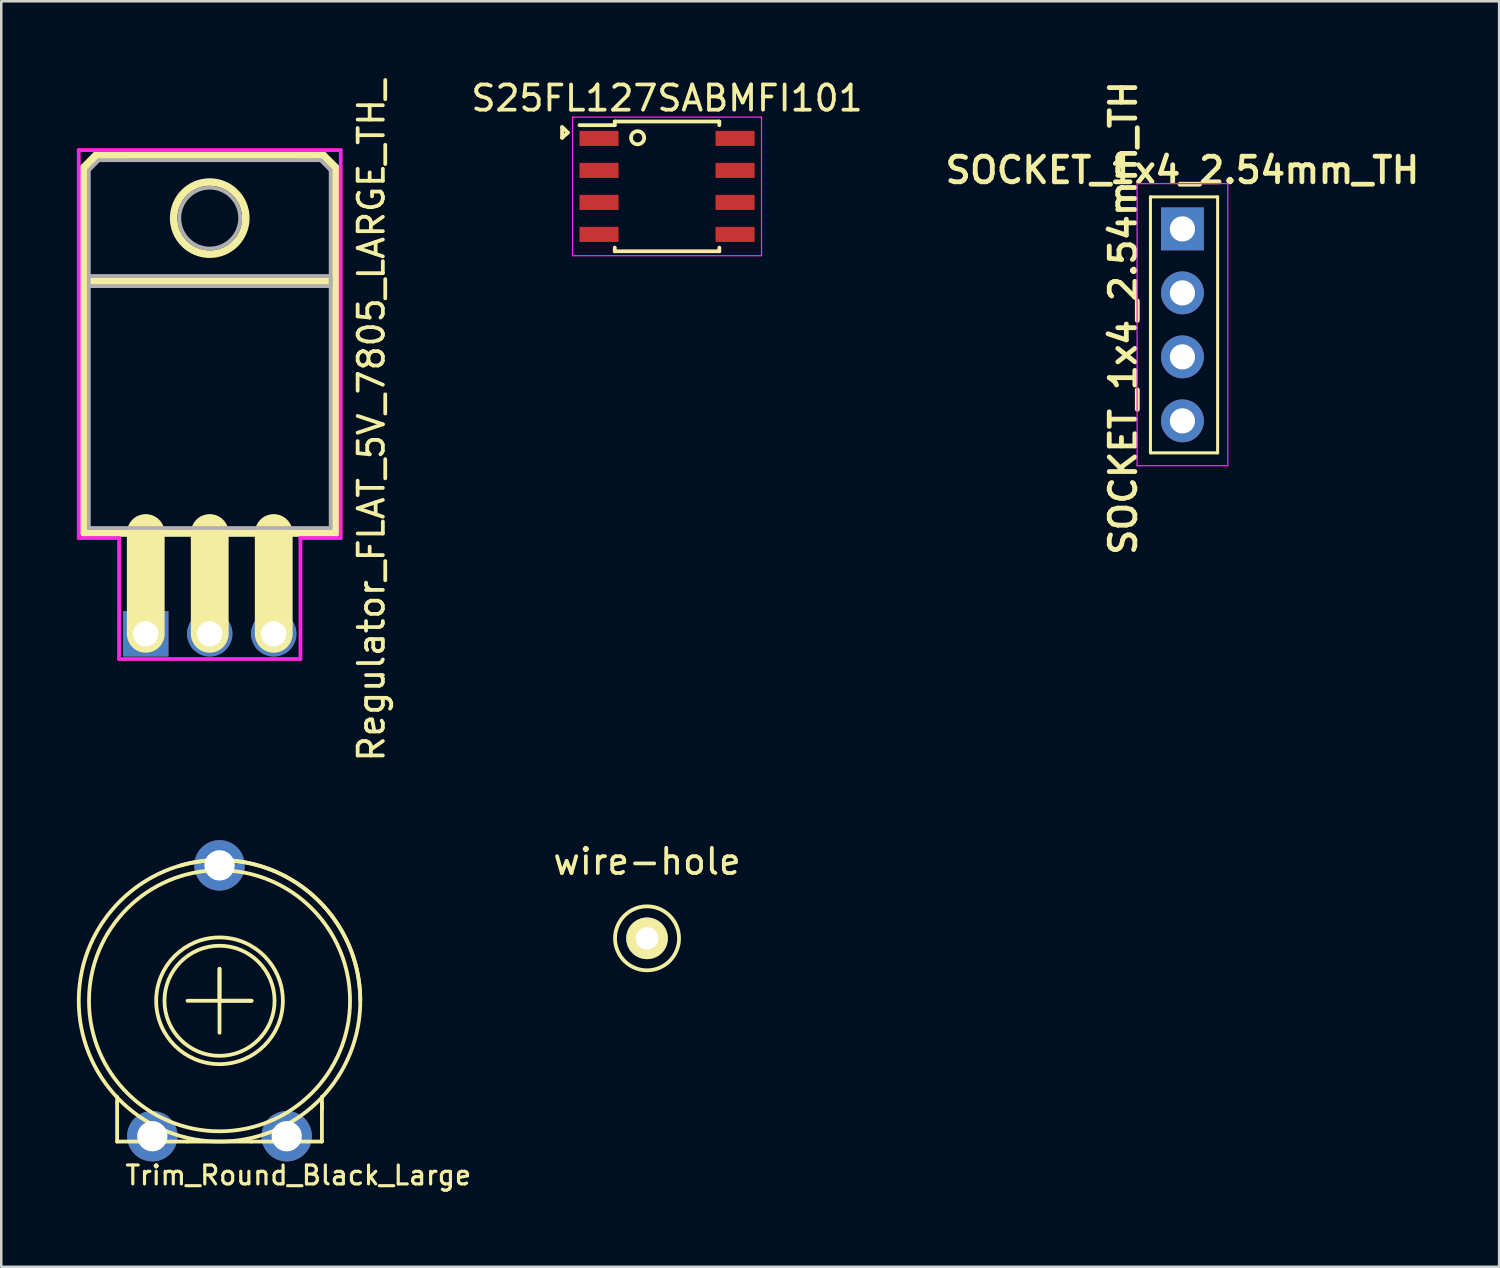
<source format=kicad_pcb>
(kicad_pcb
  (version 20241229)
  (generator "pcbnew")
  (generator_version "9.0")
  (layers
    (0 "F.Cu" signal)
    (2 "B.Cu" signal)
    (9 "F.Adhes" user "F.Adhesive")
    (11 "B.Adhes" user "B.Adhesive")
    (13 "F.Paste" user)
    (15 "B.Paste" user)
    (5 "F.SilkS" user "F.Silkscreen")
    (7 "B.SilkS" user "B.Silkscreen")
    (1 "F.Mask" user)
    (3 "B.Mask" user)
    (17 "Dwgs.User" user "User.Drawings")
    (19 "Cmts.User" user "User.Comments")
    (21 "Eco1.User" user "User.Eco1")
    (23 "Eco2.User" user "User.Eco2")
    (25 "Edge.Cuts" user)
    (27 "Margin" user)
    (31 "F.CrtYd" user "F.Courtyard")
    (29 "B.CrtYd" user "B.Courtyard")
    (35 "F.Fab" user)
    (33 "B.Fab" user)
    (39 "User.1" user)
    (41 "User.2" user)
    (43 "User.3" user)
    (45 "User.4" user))
  (footprint "SOCKET_1x4_2.54mm_TH"
    (layer "F.Cu")
    (at 43.883 6.035)
    (property "Reference" "SOCKET_1x4_2.54mm_TH" (at 0 -2.33 0) (layer "F.SilkS") (effects (font (size 1.016 1.016) (thickness 0.191))))
    (attr through_hole)
    (fp_line (start -1.27 -1.27) (end -1.27 8.89) (stroke (width 0.12) (type solid)) (layer "F.SilkS"))
    (fp_line (start -1.27 8.89) (end 1.397 8.89) (stroke (width 0.12) (type solid)) (layer "F.SilkS"))
    (fp_line (start 1.397 -1.27) (end -1.27 -1.27) (stroke (width 0.12) (type solid)) (layer "F.SilkS"))
    (fp_line (start 1.397 8.89) (end 1.397 -1.27) (stroke (width 0.12) (type solid)) (layer "F.SilkS"))
    (fp_line (start -1.8 -1.8) (end -1.8 9.4) (stroke (width 0.05) (type solid)) (layer "F.CrtYd"))
    (fp_line (start -1.8 9.4) (end 1.8 9.4) (stroke (width 0.05) (type solid)) (layer "F.CrtYd"))
    (fp_line (start 1.8 -1.8) (end -1.8 -1.8) (stroke (width 0.05) (type solid)) (layer "F.CrtYd"))
    (fp_line (start 1.8 9.4) (end 1.8 -1.8) (stroke (width 0.05) (type solid)) (layer "F.CrtYd"))
    (fp_text user "${REFERENCE}" (at -2.349 3.535 90) (layer "F.SilkS") (effects (font (size 1.016 1.016) (thickness 0.191))))
    (pad "1" thru_hole rect (at 0 0) (size 1.7 1.7) (drill 1) (layers "*.Cu" "*.Mask"))
    (pad "2" thru_hole oval (at 0 2.54) (size 1.7 1.7) (drill 1) (layers "*.Cu" "*.Mask"))
    (pad "3" thru_hole oval (at 0 5.08) (size 1.7 1.7) (drill 1) (layers "*.Cu" "*.Mask"))
    (pad "4" thru_hole oval (at 0 7.62) (size 1.7 1.7) (drill 1) (layers "*.Cu" "*.Mask")))
  (footprint "Trim_Round_Black_Large"
    (layer "F.Cu")
    (at 5.663 36.673)
    (property "Reference" "Trim_Round_Black_Large" (at -3.81 7.366 0) (layer "F.SilkS") (effects (font (size 0.75 0.75) (thickness 0.125)) (justify left bottom)))
    (attr through_hole)
    (fp_line (start -4.064 3.81) (end -4.064 4.064) (stroke (width 0.15) (type solid)) (layer "F.SilkS"))
    (fp_line (start -4.064 5.588) (end -4.064 4.064) (stroke (width 0.15) (type solid)) (layer "F.SilkS"))
    (fp_line (start -1.27 5.588) (end -1.27 5.588) (stroke (width 0.15) (type solid)) (layer "F.SilkS"))
    (fp_line (start 0 -1.27) (end 0 0) (stroke (width 0.15) (type solid)) (layer "F.SilkS"))
    (fp_line (start 0 0) (end 1.27 0) (stroke (width 0.15) (type solid)) (layer "F.SilkS"))
    (fp_line (start 0 1.27) (end 0 -1.27) (stroke (width 0.15) (type solid)) (layer "F.SilkS"))
    (fp_line (start 1.27 0) (end -1.27 0) (stroke (width 0.15) (type solid)) (layer "F.SilkS"))
    (fp_line (start 1.27 5.588) (end 1.27 5.588) (stroke (width 0.15) (type solid)) (layer "F.SilkS"))
    (fp_line (start 4.064 3.81) (end 4.064 4.318) (stroke (width 0.15) (type solid)) (layer "F.SilkS"))
    (fp_line (start 4.064 5.588) (end -4.064 5.588) (stroke (width 0.15) (type solid)) (layer "F.SilkS"))
    (fp_line (start 4.064 5.588) (end 4.064 4.064) (stroke (width 0.15) (type solid)) (layer "F.SilkS"))
    (fp_arc (start -1.535142 -5.372996) (mid 3.365069 -4.461173) (end 5.588 0) (stroke (width 0.15) (type solid)) (layer "F.SilkS"))
    (fp_arc (start 0.265794 -5.581675) (mid -0.132935 5.586418) (end 0 -5.588) (stroke (width 0.15) (type solid)) (layer "F.SilkS"))
    (fp_circle (center 0 0) (end 1.016 5.08) (stroke (width 0.15) (type solid)) (fill no) (layer "F.SilkS"))
    (fp_circle (center 0 0) (end 1.27 1.778) (stroke (width 0.15) (type solid)) (fill no) (layer "F.SilkS"))
    (fp_circle (center 0 0) (end 1.778 1.778) (stroke (width 0.15) (type solid)) (fill no) (layer "F.SilkS"))
    (pad "1" thru_hole circle (at -2.667 5.375) (size 2 2) (drill 1.2) (layers "*.Cu" "*.Mask"))
    (pad "2" thru_hole circle (at 0 -5.375) (size 2 2) (drill 1.2) (layers "*.Cu" "*.Mask"))
    (pad "3" thru_hole circle (at 2.667 5.375) (size 2 2) (drill 1.2) (layers "*.Cu" "*.Mask")))
  (footprint "Regulator_FLAT_5V_7805_LARGE_TH_"
    (layer "F.Cu")
    (at 5.275 22.107)
    (property "Reference" "Regulator_FLAT_5V_7805_LARGE_TH_" (at 6.416 -8.458 270) (layer "F.SilkS") (effects (font (size 1 1) (thickness 0.15))))
    (attr through_hole)
    (fp_line (start -5 -18.5) (end -4.5 -19) (stroke (width 0.3) (type solid)) (layer "F.SilkS"))
    (fp_line (start -5 -18.5) (end -4.5 -19) (stroke (width 0.3) (type solid)) (layer "F.SilkS"))
    (fp_line (start -5 -18.3) (end -5 -18.5) (stroke (width 0.15) (type solid)) (layer "F.SilkS"))
    (fp_line (start -5 -18) (end -5 -18.5) (stroke (width 0.3) (type solid)) (layer "F.SilkS"))
    (fp_line (start -5 -14) (end -5 -18.3) (stroke (width 0.3) (type solid)) (layer "F.SilkS"))
    (fp_line (start -5 -14) (end 5 -14) (stroke (width 0.3) (type solid)) (layer "F.SilkS"))
    (fp_line (start -5 -4) (end -5 -14) (stroke (width 0.3) (type solid)) (layer "F.SilkS"))
    (fp_line (start -5 -4) (end 5 -4) (stroke (width 0.3) (type solid)) (layer "F.SilkS"))
    (fp_line (start -4.5 -19) (end -4.1 -19) (stroke (width 0.15) (type solid)) (layer "F.SilkS"))
    (fp_line (start -4.5 -19) (end -3.3 -19) (stroke (width 0.3) (type solid)) (layer "F.SilkS"))
    (fp_line (start -4.3 -19) (end 3.8 -19) (stroke (width 0.3) (type solid)) (layer "F.SilkS"))
    (fp_line (start -2.54 -4) (end -2.54 0) (stroke (width 1.5) (type solid)) (layer "F.SilkS"))
    (fp_line (start 0 -4) (end 0 0) (stroke (width 1.5) (type solid)) (layer "F.SilkS"))
    (fp_line (start 2.54 -4) (end 2.54 0) (stroke (width 1.5) (type solid)) (layer "F.SilkS"))
    (fp_line (start 3.7 -19) (end 4.5 -19) (stroke (width 0.3) (type solid)) (layer "F.SilkS"))
    (fp_line (start 4.5 -19) (end 5 -18.5) (stroke (width 0.3) (type solid)) (layer "F.SilkS"))
    (fp_line (start 5 -18.5) (end 5 -14) (stroke (width 0.3) (type solid)) (layer "F.SilkS"))
    (fp_line (start 5 -4) (end 5 -14) (stroke (width 0.3) (type solid)) (layer "F.SilkS"))
    (fp_circle (center 0 -16.5) (end 0.6 -15.2) (stroke (width 0.3) (type solid)) (fill no) (layer "F.SilkS"))
    (fp_line (start -5.2 -19.2) (end -5.2 -3.8) (stroke (width 0.15) (type solid)) (layer "F.CrtYd"))
    (fp_line (start -5.2 -3.8) (end -3.6 -3.8) (stroke (width 0.15) (type solid)) (layer "F.CrtYd"))
    (fp_line (start -3.6 -3.8) (end -3.6 1) (stroke (width 0.15) (type solid)) (layer "F.CrtYd"))
    (fp_line (start -3.6 1) (end 3.6 1) (stroke (width 0.15) (type solid)) (layer "F.CrtYd"))
    (fp_line (start 3.6 -3.8) (end 5.2 -3.8) (stroke (width 0.15) (type solid)) (layer "F.CrtYd"))
    (fp_line (start 3.6 1) (end 3.6 -3.8) (stroke (width 0.15) (type solid)) (layer "F.CrtYd"))
    (fp_line (start 5.2 -19.2) (end -5.2 -19.2) (stroke (width 0.15) (type solid)) (layer "F.CrtYd"))
    (fp_line (start 5.2 -3.8) (end 5.2 -19.2) (stroke (width 0.15) (type solid)) (layer "F.CrtYd"))
    (fp_line (start -4.8 -18.4) (end -4.4 -18.8) (stroke (width 0.15) (type solid)) (layer "F.Fab"))
    (fp_line (start -4.8 -14.2) (end -4.8 -18.4) (stroke (width 0.15) (type solid)) (layer "F.Fab"))
    (fp_line (start -4.8 -14.2) (end 4.8 -14.2) (stroke (width 0.15) (type solid)) (layer "F.Fab"))
    (fp_line (start -4.8 -4.2) (end -4.8 -14.2) (stroke (width 0.15) (type solid)) (layer "F.Fab"))
    (fp_line (start -4.4 -18.8) (end 4.4 -18.8) (stroke (width 0.15) (type solid)) (layer "F.Fab"))
    (fp_line (start 4.4 -18.8) (end 4.8 -18.4) (stroke (width 0.15) (type solid)) (layer "F.Fab"))
    (fp_line (start 4.8 -18.4) (end 4.8 -4.2) (stroke (width 0.15) (type solid)) (layer "F.Fab"))
    (fp_line (start 4.8 -14.2) (end 4.8 -13.8) (stroke (width 0.15) (type solid)) (layer "F.Fab"))
    (fp_line (start 4.8 -13.8) (end -4.8 -13.8) (stroke (width 0.15) (type solid)) (layer "F.Fab"))
    (fp_line (start 4.8 -4.2) (end -4.8 -4.2) (stroke (width 0.15) (type solid)) (layer "F.Fab"))
    (fp_circle (center 0 -16.5) (end 0.5 -15.4) (stroke (width 0.15) (type solid)) (fill no) (layer "F.Fab"))
    (pad "1" thru_hole rect (at -2.54 0) (size 1.8 1.8) (drill 1) (layers "*.Cu" "*.Mask"))
    (pad "2" thru_hole oval (at 0 0) (size 1.8 1.8) (drill 1) (layers "*.Cu" "*.Mask"))
    (pad "3" thru_hole oval (at 2.54 0) (size 1.8 1.8) (drill 1) (layers "*.Cu" "*.Mask")))
  (footprint "S25FL127SABMFI101"
    (layer "F.Cu")
    (at 23.426 4.348)
    (property "Reference" "S25FL127SABMFI101" (at 0 -3.5 0) (layer "F.SilkS") (effects (font (size 1 1) (thickness 0.15))))
    (attr smd)
    (fp_line (start -4.166 -2.362) (end -3.937 -2.134) (stroke (width 0.15) (type solid)) (layer "F.SilkS"))
    (fp_line (start -4.166 -1.93) (end -4.166 -2.337) (stroke (width 0.15) (type solid)) (layer "F.SilkS"))
    (fp_line (start -3.937 -2.134) (end -4.166 -1.93) (stroke (width 0.15) (type solid)) (layer "F.SilkS"))
    (fp_line (start -2.075 -2.575) (end -2.075 -2.43) (stroke (width 0.15) (type solid)) (layer "F.SilkS"))
    (fp_line (start -2.075 -2.575) (end 2.075 -2.575) (stroke (width 0.15) (type solid)) (layer "F.SilkS"))
    (fp_line (start -2.075 -2.43) (end -3.475 -2.43) (stroke (width 0.15) (type solid)) (layer "F.SilkS"))
    (fp_line (start -2.075 2.575) (end -2.075 2.43) (stroke (width 0.15) (type solid)) (layer "F.SilkS"))
    (fp_line (start -2.075 2.575) (end 2.075 2.575) (stroke (width 0.15) (type solid)) (layer "F.SilkS"))
    (fp_line (start 2.075 -2.575) (end 2.075 -2.43) (stroke (width 0.15) (type solid)) (layer "F.SilkS"))
    (fp_line (start 2.075 2.575) (end 2.075 2.43) (stroke (width 0.15) (type solid)) (layer "F.SilkS"))
    (fp_circle (center -1.168 -1.93) (end -0.94 -1.803) (stroke (width 0.15) (type solid)) (fill no) (layer "F.SilkS"))
    (fp_line (start -3.75 -2.75) (end -3.75 2.75) (stroke (width 0.05) (type solid)) (layer "F.CrtYd"))
    (fp_line (start -3.75 -2.75) (end 3.75 -2.75) (stroke (width 0.05) (type solid)) (layer "F.CrtYd"))
    (fp_line (start -3.75 2.75) (end 3.75 2.75) (stroke (width 0.05) (type solid)) (layer "F.CrtYd"))
    (fp_line (start 3.75 -2.75) (end 3.75 2.75) (stroke (width 0.05) (type solid)) (layer "F.CrtYd"))
    (pad "1" smd rect (at -2.7 -1.905) (size 1.55 0.6) (layers "F.Cu" "F.Mask" "F.Paste"))
    (pad "2" smd rect (at -2.7 -0.635) (size 1.55 0.6) (layers "F.Cu" "F.Mask" "F.Paste"))
    (pad "3" smd rect (at -2.7 0.635) (size 1.55 0.6) (layers "F.Cu" "F.Mask" "F.Paste"))
    (pad "4" smd rect (at -2.7 1.905) (size 1.55 0.6) (layers "F.Cu" "F.Mask" "F.Paste"))
    (pad "5" smd rect (at 2.7 1.905) (size 1.55 0.6) (layers "F.Cu" "F.Mask" "F.Paste"))
    (pad "6" smd rect (at 2.7 0.635) (size 1.55 0.6) (layers "F.Cu" "F.Mask" "F.Paste"))
    (pad "7" smd rect (at 2.7 -0.635) (size 1.55 0.6) (layers "F.Cu" "F.Mask" "F.Paste"))
    (pad "8" smd rect (at 2.7 -1.905) (size 1.55 0.6) (layers "F.Cu" "F.Mask" "F.Paste")))
  (footprint "wire-hole"
    (layer "F.Cu")
    (at 22.632 34.194)
    (property "Reference" "wire-hole" (at 0 -3.048 0) (layer "F.SilkS") (effects (font (size 1 1) (thickness 0.15))))
    (attr through_hole)
    (fp_circle (center 0 0) (end 0 -1.27) (stroke (width 0.15) (type solid)) (fill no) (layer "F.SilkS"))
    (pad "1" thru_hole circle (at 0 0) (size 1.651 1.651) (drill 0.889) (layers "*.Cu" "*.Mask" "F.SilkS")))
  (gr_rect
    (start -3 -3)
    (end 56.453 47.23)
    (stroke (width 0.1) (type default))
    (fill no)
    (layer "Edge.Cuts")))
</source>
